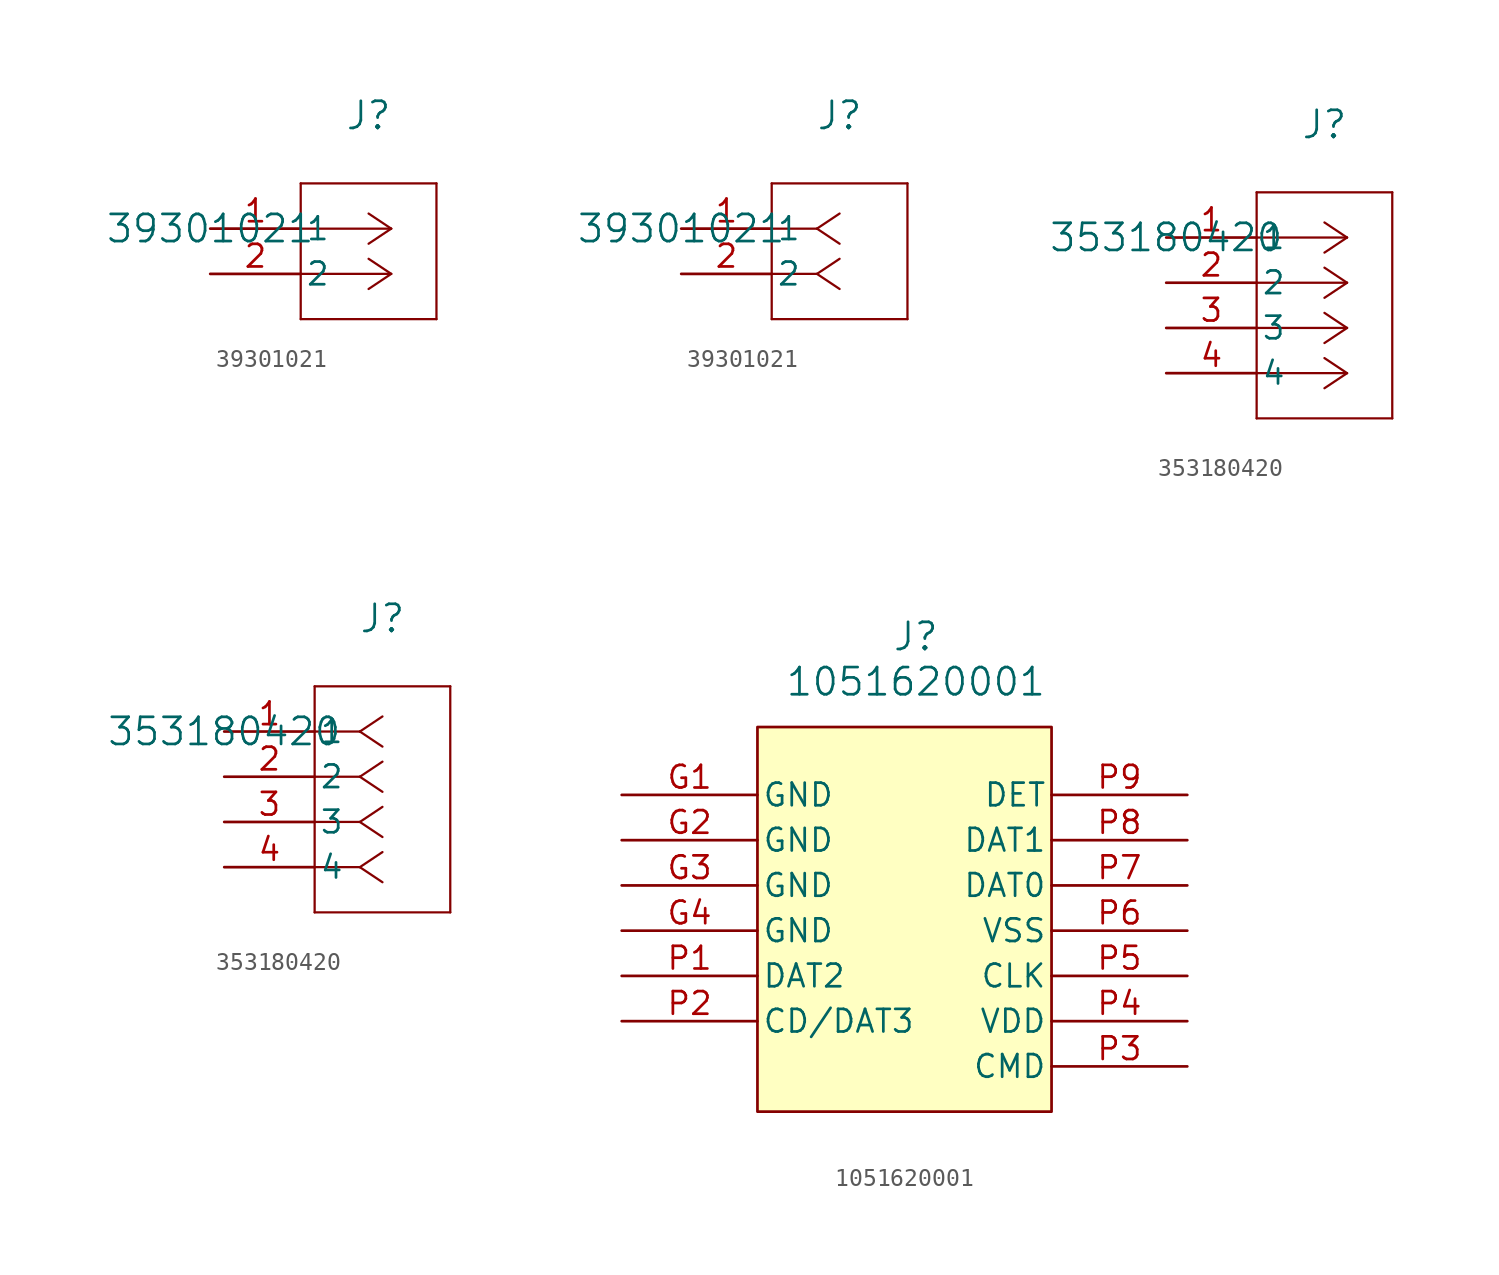
<source format=kicad_sym>
(kicad_symbol_lib
  (version 20231120)
  (generator "kicad_symbol_editor")
  (generator_version "8.0")
  (symbol "39301021"
    (pin_names
      (offset 0.254))
    (property "Reference" "J"
      (at 8.89 6.35 0)
      (effects (font (size 1.524 1.524))))
    (property "Value" "39301021"
      (at 0 0 0)
      (effects (font (size 1.524 1.524))))
    (property "ki_locked" ""
      (at 0 0 0)
      (effects (font (size 1.27 1.27))))
    (symbol "39301021_1_1"
      (polyline (pts (xy 5.08 -5.08) (xy 12.7 -5.08)) (stroke (width 0.127) (type default)) (fill (type none)))
      (polyline (pts (xy 5.08 2.54) (xy 5.08 -5.08)) (stroke (width 0.127) (type default)) (fill (type none)))
      (polyline (pts (xy 10.16 -2.54) (xy 5.08 -2.54)) (stroke (width 0.127) (type default)) (fill (type none)))
      (polyline (pts (xy 10.16 -2.54) (xy 8.89 -3.387)) (stroke (width 0.127) (type default)) (fill (type none)))
      (polyline (pts (xy 10.16 -2.54) (xy 8.89 -1.693)) (stroke (width 0.127) (type default)) (fill (type none)))
      (polyline (pts (xy 10.16 0) (xy 5.08 0)) (stroke (width 0.127) (type default)) (fill (type none)))
      (polyline (pts (xy 10.16 0) (xy 8.89 -0.847)) (stroke (width 0.127) (type default)) (fill (type none)))
      (polyline (pts (xy 10.16 0) (xy 8.89 0.847)) (stroke (width 0.127) (type default)) (fill (type none)))
      (polyline (pts (xy 12.7 -5.08) (xy 12.7 2.54)) (stroke (width 0.127) (type default)) (fill (type none)))
      (polyline (pts (xy 12.7 2.54) (xy 5.08 2.54)) (stroke (width 0.127) (type default)) (fill (type none)))
      (pin unspecified line (at 0 0 0) (length 5.08) (name "1" (effects (font (size 1.27 1.27)))) (number "1" (effects (font (size 1.27 1.27)))))
      (pin unspecified line (at 0 -2.54 0) (length 5.08) (name "2" (effects (font (size 1.27 1.27)))) (number "2" (effects (font (size 1.27 1.27))))))
    (symbol "39301021_1_2"
      (polyline (pts (xy 5.08 -5.08) (xy 12.7 -5.08)) (stroke (width 0.127) (type default)) (fill (type none)))
      (polyline (pts (xy 5.08 2.54) (xy 5.08 -5.08)) (stroke (width 0.127) (type default)) (fill (type none)))
      (polyline (pts (xy 7.62 -2.54) (xy 5.08 -2.54)) (stroke (width 0.127) (type default)) (fill (type none)))
      (polyline (pts (xy 7.62 -2.54) (xy 8.89 -3.387)) (stroke (width 0.127) (type default)) (fill (type none)))
      (polyline (pts (xy 7.62 -2.54) (xy 8.89 -1.693)) (stroke (width 0.127) (type default)) (fill (type none)))
      (polyline (pts (xy 7.62 0) (xy 5.08 0)) (stroke (width 0.127) (type default)) (fill (type none)))
      (polyline (pts (xy 7.62 0) (xy 8.89 -0.847)) (stroke (width 0.127) (type default)) (fill (type none)))
      (polyline (pts (xy 7.62 0) (xy 8.89 0.847)) (stroke (width 0.127) (type default)) (fill (type none)))
      (polyline (pts (xy 12.7 -5.08) (xy 12.7 2.54)) (stroke (width 0.127) (type default)) (fill (type none)))
      (polyline (pts (xy 12.7 2.54) (xy 5.08 2.54)) (stroke (width 0.127) (type default)) (fill (type none)))
      (pin unspecified line (at 0 0 0) (length 5.08) (name "1" (effects (font (size 1.27 1.27)))) (number "1" (effects (font (size 1.27 1.27)))))
      (pin unspecified line (at 0 -2.54 0) (length 5.08) (name "2" (effects (font (size 1.27 1.27)))) (number "2" (effects (font (size 1.27 1.27)))))))
  (symbol "353180420"
    (pin_names
      (offset 0.254))
    (property "Reference" "J"
      (at 8.89 6.35 0)
      (effects (font (size 1.524 1.524))))
    (property "Value" "353180420"
      (at 0 0 0)
      (effects (font (size 1.524 1.524))))
    (property "ki_locked" ""
      (at 0 0 0)
      (effects (font (size 1.27 1.27))))
    (symbol "353180420_1_1"
      (polyline (pts (xy 5.08 -10.16) (xy 12.7 -10.16)) (stroke (width 0.127) (type default)) (fill (type none)))
      (polyline (pts (xy 5.08 2.54) (xy 5.08 -10.16)) (stroke (width 0.127) (type default)) (fill (type none)))
      (polyline (pts (xy 10.16 -7.62) (xy 5.08 -7.62)) (stroke (width 0.127) (type default)) (fill (type none)))
      (polyline (pts (xy 10.16 -7.62) (xy 8.89 -8.467)) (stroke (width 0.127) (type default)) (fill (type none)))
      (polyline (pts (xy 10.16 -7.62) (xy 8.89 -6.773)) (stroke (width 0.127) (type default)) (fill (type none)))
      (polyline (pts (xy 10.16 -5.08) (xy 5.08 -5.08)) (stroke (width 0.127) (type default)) (fill (type none)))
      (polyline (pts (xy 10.16 -5.08) (xy 8.89 -5.927)) (stroke (width 0.127) (type default)) (fill (type none)))
      (polyline (pts (xy 10.16 -5.08) (xy 8.89 -4.233)) (stroke (width 0.127) (type default)) (fill (type none)))
      (polyline (pts (xy 10.16 -2.54) (xy 5.08 -2.54)) (stroke (width 0.127) (type default)) (fill (type none)))
      (polyline (pts (xy 10.16 -2.54) (xy 8.89 -3.387)) (stroke (width 0.127) (type default)) (fill (type none)))
      (polyline (pts (xy 10.16 -2.54) (xy 8.89 -1.693)) (stroke (width 0.127) (type default)) (fill (type none)))
      (polyline (pts (xy 10.16 0) (xy 5.08 0)) (stroke (width 0.127) (type default)) (fill (type none)))
      (polyline (pts (xy 10.16 0) (xy 8.89 -0.847)) (stroke (width 0.127) (type default)) (fill (type none)))
      (polyline (pts (xy 10.16 0) (xy 8.89 0.847)) (stroke (width 0.127) (type default)) (fill (type none)))
      (polyline (pts (xy 12.7 -10.16) (xy 12.7 2.54)) (stroke (width 0.127) (type default)) (fill (type none)))
      (polyline (pts (xy 12.7 2.54) (xy 5.08 2.54)) (stroke (width 0.127) (type default)) (fill (type none)))
      (pin unspecified line (at 0 0 0) (length 5.08) (name "1" (effects (font (size 1.27 1.27)))) (number "1" (effects (font (size 1.27 1.27)))))
      (pin unspecified line (at 0 -2.54 0) (length 5.08) (name "2" (effects (font (size 1.27 1.27)))) (number "2" (effects (font (size 1.27 1.27)))))
      (pin unspecified line (at 0 -5.08 0) (length 5.08) (name "3" (effects (font (size 1.27 1.27)))) (number "3" (effects (font (size 1.27 1.27)))))
      (pin unspecified line (at 0 -7.62 0) (length 5.08) (name "4" (effects (font (size 1.27 1.27)))) (number "4" (effects (font (size 1.27 1.27))))))
    (symbol "353180420_1_2"
      (polyline (pts (xy 5.08 -10.16) (xy 12.7 -10.16)) (stroke (width 0.127) (type default)) (fill (type none)))
      (polyline (pts (xy 5.08 2.54) (xy 5.08 -10.16)) (stroke (width 0.127) (type default)) (fill (type none)))
      (polyline (pts (xy 7.62 -7.62) (xy 5.08 -7.62)) (stroke (width 0.127) (type default)) (fill (type none)))
      (polyline (pts (xy 7.62 -7.62) (xy 8.89 -8.467)) (stroke (width 0.127) (type default)) (fill (type none)))
      (polyline (pts (xy 7.62 -7.62) (xy 8.89 -6.773)) (stroke (width 0.127) (type default)) (fill (type none)))
      (polyline (pts (xy 7.62 -5.08) (xy 5.08 -5.08)) (stroke (width 0.127) (type default)) (fill (type none)))
      (polyline (pts (xy 7.62 -5.08) (xy 8.89 -5.927)) (stroke (width 0.127) (type default)) (fill (type none)))
      (polyline (pts (xy 7.62 -5.08) (xy 8.89 -4.233)) (stroke (width 0.127) (type default)) (fill (type none)))
      (polyline (pts (xy 7.62 -2.54) (xy 5.08 -2.54)) (stroke (width 0.127) (type default)) (fill (type none)))
      (polyline (pts (xy 7.62 -2.54) (xy 8.89 -3.387)) (stroke (width 0.127) (type default)) (fill (type none)))
      (polyline (pts (xy 7.62 -2.54) (xy 8.89 -1.693)) (stroke (width 0.127) (type default)) (fill (type none)))
      (polyline (pts (xy 7.62 0) (xy 5.08 0)) (stroke (width 0.127) (type default)) (fill (type none)))
      (polyline (pts (xy 7.62 0) (xy 8.89 -0.847)) (stroke (width 0.127) (type default)) (fill (type none)))
      (polyline (pts (xy 7.62 0) (xy 8.89 0.847)) (stroke (width 0.127) (type default)) (fill (type none)))
      (polyline (pts (xy 12.7 -10.16) (xy 12.7 2.54)) (stroke (width 0.127) (type default)) (fill (type none)))
      (polyline (pts (xy 12.7 2.54) (xy 5.08 2.54)) (stroke (width 0.127) (type default)) (fill (type none)))
      (pin unspecified line (at 0 0 0) (length 5.08) (name "1" (effects (font (size 1.27 1.27)))) (number "1" (effects (font (size 1.27 1.27)))))
      (pin unspecified line (at 0 -2.54 0) (length 5.08) (name "2" (effects (font (size 1.27 1.27)))) (number "2" (effects (font (size 1.27 1.27)))))
      (pin unspecified line (at 0 -5.08 0) (length 5.08) (name "3" (effects (font (size 1.27 1.27)))) (number "3" (effects (font (size 1.27 1.27)))))
      (pin unspecified line (at 0 -7.62 0) (length 5.08) (name "4" (effects (font (size 1.27 1.27)))) (number "4" (effects (font (size 1.27 1.27)))))))
  (symbol "1051620001"
    (pin_names
      (offset 0.254))
    (property "Reference" "J"
      (at 0 15.24 0)
      (effects (font (size 1.524 1.524))))
    (property "Value" "1051620001"
      (at 0 12.7 0)
      (effects (font (size 1.524 1.524))))
    (symbol "1051620001_0_1"
      (pin bidirectional line (at -16.51 -3.81 0) (length 7.62) (name "DAT2" (effects (font (size 1.27 1.27)))) (number "P1" (effects (font (size 1.27 1.27)))))
      (pin power_in line (at 15.24 -6.35 180) (length 7.62) (name "VDD" (effects (font (size 1.27 1.27)))) (number "P4" (effects (font (size 1.27 1.27)))))
      (pin power_out line (at 15.24 -1.27 180) (length 7.62) (name "VSS" (effects (font (size 1.27 1.27)))) (number "P6" (effects (font (size 1.27 1.27)))))
      (pin bidirectional line (at 15.24 1.27 180) (length 7.62) (name "DAT0" (effects (font (size 1.27 1.27)))) (number "P7" (effects (font (size 1.27 1.27)))))
      (pin bidirectional line (at 15.24 3.81 180) (length 7.62) (name "DAT1" (effects (font (size 1.27 1.27)))) (number "P8" (effects (font (size 1.27 1.27))))))
    (symbol "1051620001_1_1"
      (rectangle (start -8.89 10.16) (end 7.62 -11.43) (stroke (width 0) (type default)) (fill (type background)))
      (pin power_in line (at -16.51 6.35 0) (length 7.62) (name "GND" (effects (font (size 1.27 1.27)))) (number "G1" (effects (font (size 1.27 1.27)))))
      (pin power_in line (at -16.51 3.81 0) (length 7.62) (name "GND" (effects (font (size 1.27 1.27)))) (number "G2" (effects (font (size 1.27 1.27)))))
      (pin power_in line (at -16.51 1.27 0) (length 7.62) (name "GND" (effects (font (size 1.27 1.27)))) (number "G3" (effects (font (size 1.27 1.27)))))
      (pin power_in line (at -16.51 -1.27 0) (length 7.62) (name "GND" (effects (font (size 1.27 1.27)))) (number "G4" (effects (font (size 1.27 1.27)))))
      (pin bidirectional line (at -16.51 -6.35 0) (length 7.62) (name "CD/DAT3" (effects (font (size 1.27 1.27)))) (number "P2" (effects (font (size 1.27 1.27)))))
      (pin input line (at 15.24 -8.89 180) (length 7.62) (name "CMD" (effects (font (size 1.27 1.27)))) (number "P3" (effects (font (size 1.27 1.27)))))
      (pin input line (at 15.24 -3.81 180) (length 7.62) (name "CLK" (effects (font (size 1.27 1.27)))) (number "P5" (effects (font (size 1.27 1.27)))))
      (pin output line (at 15.24 6.35 180) (length 7.62) (name "DET" (effects (font (size 1.27 1.27)))) (number "P9" (effects (font (size 1.27 1.27))))))))
</source>
